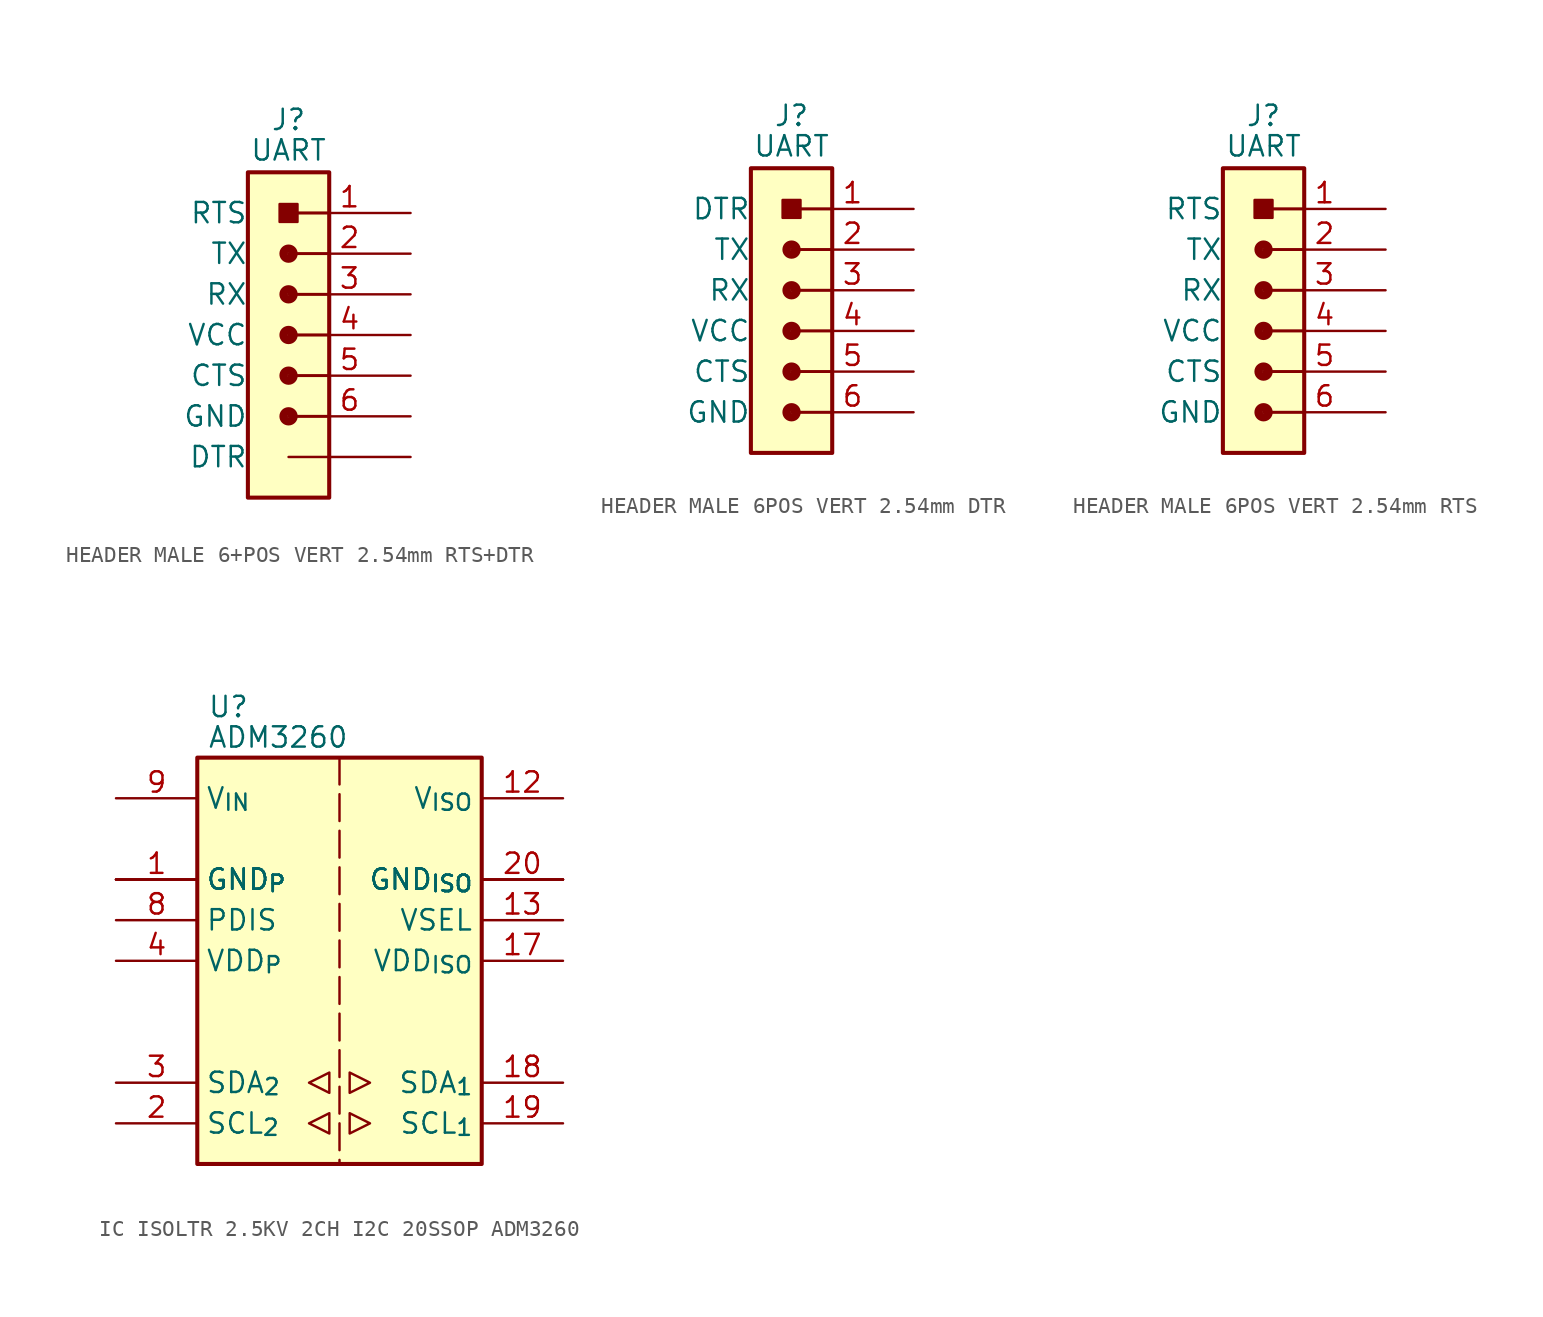
<source format=kicad_sym>
(kicad_symbol_lib
  (version 20241209)
  (generator "kicad_symbol_editor")
  (generator_version "9.0")
  (symbol "HEADER MALE 6+POS VERT 2.54mm RTS+DTR"
    (pin_names
      (offset 2.54))
    (property "Reference" "J"
      (at 0 2.54 0)
      (effects (font (size 1.27 1.27)) (justify bottom)))
    (property "Value" "UART"
      (at 0 0.635 0)
      (effects (font (size 1.27 1.27)) (justify bottom)))
    (symbol "HEADER MALE 6+POS VERT 2.54mm RTS+DTR_1_0"
      (circle (center 0 -5.08) (radius 0.318) (stroke (width 0.508) (type solid)) (fill (type none)))
      (circle (center 0 -7.62) (radius 0.318) (stroke (width 0.508) (type solid)) (fill (type none)))
      (circle (center 0 -10.16) (radius 0.318) (stroke (width 0.508) (type solid)) (fill (type none)))
      (circle (center 0 -12.7) (radius 0.318) (stroke (width 0.508) (type solid)) (fill (type none)))
      (circle (center 0 -15.24) (radius 0.318) (stroke (width 0.508) (type solid)) (fill (type none)))
      (rectangle (start 0.559 -3.099) (end -0.559 -1.981) (stroke (width 0) (type default)) (fill (type outline)))
      (polyline (pts (xy 2.54 -2.54) (xy 0 -2.54)) (stroke (width 0.178) (type solid)) (fill (type none)))
      (polyline (pts (xy 2.54 -5.08) (xy 0 -5.08)) (stroke (width 0.178) (type solid)) (fill (type none)))
      (polyline (pts (xy 2.54 -7.62) (xy 0 -7.62)) (stroke (width 0.178) (type solid)) (fill (type none)))
      (polyline (pts (xy 2.54 -10.16) (xy 0 -10.16)) (stroke (width 0.178) (type solid)) (fill (type none)))
      (polyline (pts (xy 2.54 -12.7) (xy 0 -12.7)) (stroke (width 0.178) (type solid)) (fill (type none)))
      (polyline (pts (xy 2.54 -15.24) (xy 0 -15.24)) (stroke (width 0.178) (type solid)) (fill (type none)))
      (pin output line (at 7.62 -2.54 180) (length 7.62) (name "RTS" (effects (font (size 1.27 1.27)))) (number "1" (effects (font (size 1.27 1.27)))))
      (pin output line (at 7.62 -5.08 180) (length 7.62) (name "TX" (effects (font (size 1.27 1.27)))) (number "2" (effects (font (size 1.27 1.27)))))
      (pin input line (at 7.62 -7.62 180) (length 7.62) (name "RX" (effects (font (size 1.27 1.27)))) (number "3" (effects (font (size 1.27 1.27)))))
      (pin power_in line (at 7.62 -10.16 180) (length 7.62) (name "VCC" (effects (font (size 1.27 1.27)))) (number "4" (effects (font (size 1.27 1.27)))))
      (pin input line (at 7.62 -12.7 180) (length 7.62) (name "CTS" (effects (font (size 1.27 1.27)))) (number "5" (effects (font (size 1.27 1.27)))))
      (pin power_in line (at 7.62 -15.24 180) (length 7.62) (name "GND" (effects (font (size 1.27 1.27)))) (number "6" (effects (font (size 1.27 1.27)))))
      (pin input line (at 7.62 -17.78 180) (length 7.62) (name "DTR" (effects (font (size 1.27 1.27)))) (number "DTR" (effects (font (size 0 0))))))
    (symbol "HEADER MALE 6+POS VERT 2.54mm RTS+DTR_1_1"
      (rectangle (start -2.54 0) (end 2.54 -20.32) (stroke (width 0.254) (type default)) (fill (type background)))))
  (symbol "HEADER MALE 6POS VERT 2.54mm DTR"
    (pin_names
      (offset 2.54))
    (property "Reference" "J"
      (at 0 2.54 0)
      (effects (font (size 1.27 1.27)) (justify bottom)))
    (property "Value" "UART"
      (at 0 0.635 0)
      (effects (font (size 1.27 1.27)) (justify bottom)))
    (symbol "HEADER MALE 6POS VERT 2.54mm DTR_1_0"
      (circle (center 0 -5.08) (radius 0.318) (stroke (width 0.508) (type solid)) (fill (type none)))
      (circle (center 0 -7.62) (radius 0.318) (stroke (width 0.508) (type solid)) (fill (type none)))
      (circle (center 0 -10.16) (radius 0.318) (stroke (width 0.508) (type solid)) (fill (type none)))
      (circle (center 0 -12.7) (radius 0.318) (stroke (width 0.508) (type solid)) (fill (type none)))
      (circle (center 0 -15.24) (radius 0.318) (stroke (width 0.508) (type solid)) (fill (type none)))
      (rectangle (start 0.559 -3.099) (end -0.559 -1.981) (stroke (width 0) (type default)) (fill (type outline)))
      (polyline (pts (xy 2.54 -2.54) (xy 0 -2.54)) (stroke (width 0.178) (type solid)) (fill (type none)))
      (polyline (pts (xy 2.54 -5.08) (xy 0 -5.08)) (stroke (width 0.178) (type solid)) (fill (type none)))
      (polyline (pts (xy 2.54 -7.62) (xy 0 -7.62)) (stroke (width 0.178) (type solid)) (fill (type none)))
      (polyline (pts (xy 2.54 -10.16) (xy 0 -10.16)) (stroke (width 0.178) (type solid)) (fill (type none)))
      (polyline (pts (xy 2.54 -12.7) (xy 0 -12.7)) (stroke (width 0.178) (type solid)) (fill (type none)))
      (polyline (pts (xy 2.54 -15.24) (xy 0 -15.24)) (stroke (width 0.178) (type solid)) (fill (type none)))
      (pin output line (at 7.62 -2.54 180) (length 7.62) (name "DTR" (effects (font (size 1.27 1.27)))) (number "1" (effects (font (size 1.27 1.27)))))
      (pin output line (at 7.62 -5.08 180) (length 7.62) (name "TX" (effects (font (size 1.27 1.27)))) (number "2" (effects (font (size 1.27 1.27)))))
      (pin input line (at 7.62 -7.62 180) (length 7.62) (name "RX" (effects (font (size 1.27 1.27)))) (number "3" (effects (font (size 1.27 1.27)))))
      (pin power_in line (at 7.62 -10.16 180) (length 7.62) (name "VCC" (effects (font (size 1.27 1.27)))) (number "4" (effects (font (size 1.27 1.27)))))
      (pin input line (at 7.62 -12.7 180) (length 7.62) (name "CTS" (effects (font (size 1.27 1.27)))) (number "5" (effects (font (size 1.27 1.27)))))
      (pin power_in line (at 7.62 -15.24 180) (length 7.62) (name "GND" (effects (font (size 1.27 1.27)))) (number "6" (effects (font (size 1.27 1.27))))))
    (symbol "HEADER MALE 6POS VERT 2.54mm DTR_1_1"
      (rectangle (start -2.54 0) (end 2.54 -17.78) (stroke (width 0.254) (type default)) (fill (type background)))))
  (symbol "HEADER MALE 6POS VERT 2.54mm RTS"
    (pin_names
      (offset 2.54))
    (property "Reference" "J"
      (at 0 2.54 0)
      (effects (font (size 1.27 1.27)) (justify bottom)))
    (property "Value" "UART"
      (at 0 0.635 0)
      (effects (font (size 1.27 1.27)) (justify bottom)))
    (symbol "HEADER MALE 6POS VERT 2.54mm RTS_1_0"
      (circle (center 0 -5.08) (radius 0.318) (stroke (width 0.508) (type solid)) (fill (type none)))
      (circle (center 0 -7.62) (radius 0.318) (stroke (width 0.508) (type solid)) (fill (type none)))
      (circle (center 0 -10.16) (radius 0.318) (stroke (width 0.508) (type solid)) (fill (type none)))
      (circle (center 0 -12.7) (radius 0.318) (stroke (width 0.508) (type solid)) (fill (type none)))
      (circle (center 0 -15.24) (radius 0.318) (stroke (width 0.508) (type solid)) (fill (type none)))
      (rectangle (start 0.559 -3.099) (end -0.559 -1.981) (stroke (width 0) (type default)) (fill (type outline)))
      (polyline (pts (xy 2.54 -2.54) (xy 0 -2.54)) (stroke (width 0.178) (type solid)) (fill (type none)))
      (polyline (pts (xy 2.54 -5.08) (xy 0 -5.08)) (stroke (width 0.178) (type solid)) (fill (type none)))
      (polyline (pts (xy 2.54 -7.62) (xy 0 -7.62)) (stroke (width 0.178) (type solid)) (fill (type none)))
      (polyline (pts (xy 2.54 -10.16) (xy 0 -10.16)) (stroke (width 0.178) (type solid)) (fill (type none)))
      (polyline (pts (xy 2.54 -12.7) (xy 0 -12.7)) (stroke (width 0.178) (type solid)) (fill (type none)))
      (polyline (pts (xy 2.54 -15.24) (xy 0 -15.24)) (stroke (width 0.178) (type solid)) (fill (type none)))
      (pin output line (at 7.62 -2.54 180) (length 7.62) (name "RTS" (effects (font (size 1.27 1.27)))) (number "1" (effects (font (size 1.27 1.27)))))
      (pin output line (at 7.62 -5.08 180) (length 7.62) (name "TX" (effects (font (size 1.27 1.27)))) (number "2" (effects (font (size 1.27 1.27)))))
      (pin input line (at 7.62 -7.62 180) (length 7.62) (name "RX" (effects (font (size 1.27 1.27)))) (number "3" (effects (font (size 1.27 1.27)))))
      (pin power_in line (at 7.62 -10.16 180) (length 7.62) (name "VCC" (effects (font (size 1.27 1.27)))) (number "4" (effects (font (size 1.27 1.27)))))
      (pin input line (at 7.62 -12.7 180) (length 7.62) (name "CTS" (effects (font (size 1.27 1.27)))) (number "5" (effects (font (size 1.27 1.27)))))
      (pin power_in line (at 7.62 -15.24 180) (length 7.62) (name "GND" (effects (font (size 1.27 1.27)))) (number "6" (effects (font (size 1.27 1.27))))))
    (symbol "HEADER MALE 6POS VERT 2.54mm RTS_1_1"
      (rectangle (start -2.54 0) (end 2.54 -17.78) (stroke (width 0.254) (type default)) (fill (type background)))))
  (symbol "IC ISOLTR 2.5KV 2CH I2C 20SSOP ADM3260"
    (property "Reference" "U"
      (at 0.635 3.175 0)
      (effects (font (size 1.27 1.27)) (justify left)))
    (property "Value" "ADM3260"
      (at 0.635 1.27 0)
      (effects (font (size 1.27 1.27)) (justify left)))
    (symbol "IC ISOLTR 2.5KV 2CH I2C 20SSOP ADM3260_1_1"
      (unit_name "IO")
      (rectangle (start 0 0) (end 17.78 -25.4) (stroke (width 0.254) (type default)) (fill (type background)))
      (polyline (pts (xy 6.985 -20.32) (xy 8.255 -19.685) (xy 8.255 -20.955) (xy 6.985 -20.32)) (stroke (width 0) (type default)) (fill (type none)))
      (polyline (pts (xy 6.985 -22.86) (xy 8.255 -22.225) (xy 8.255 -23.495) (xy 6.985 -22.86)) (stroke (width 0) (type default)) (fill (type none)))
      (polyline (pts (xy 8.89 0) (xy 8.89 -25.4)) (stroke (width 0) (type dash)) (fill (type none)))
      (polyline (pts (xy 9.525 -19.685) (xy 9.525 -20.955) (xy 10.795 -20.32) (xy 9.525 -19.685)) (stroke (width 0) (type default)) (fill (type none)))
      (polyline (pts (xy 9.525 -22.225) (xy 9.525 -23.495) (xy 10.795 -22.86) (xy 9.525 -22.225)) (stroke (width 0) (type default)) (fill (type none)))
      (pin power_in line (at -5.08 -2.54 0) (length 5.08) (name "V_{IN}" (effects (font (size 1.27 1.27)))) (number "9" (effects (font (size 1.27 1.27)))))
      (pin power_in line (at -5.08 -7.62 0) (length 5.08) (name "GND_{P}" (effects (font (size 1.27 1.27)))) (number "1" (effects (font (size 1.27 1.27)))))
      (pin power_in line (at -5.08 -7.62 0) (length 5.08) (name "GND_{P}" (effects (font (size 1.27 1.27)))) (number "10" (effects (font (size 0 0)))))
      (pin power_in line (at -5.08 -7.62 0) (length 5.08) (name "GND_{P}" (effects (font (size 1.27 1.27)))) (number "5" (effects (font (size 0 0)))))
      (pin power_in line (at -5.08 -7.62 0) (length 5.08) (name "GND_{P}" (effects (font (size 1.27 1.27)))) (number "7" (effects (font (size 0 0)))))
      (pin input line (at -5.08 -10.16 0) (length 5.08) (name "PDIS" (effects (font (size 1.27 1.27)))) (number "8" (effects (font (size 1.27 1.27)))))
      (pin power_in line (at -5.08 -12.7 0) (length 5.08) (name "VDD_{P}" (effects (font (size 1.27 1.27)))) (number "4" (effects (font (size 1.27 1.27)))))
      (pin bidirectional line (at -5.08 -20.32 0) (length 5.08) (name "SDA_{2}" (effects (font (size 1.27 1.27)))) (number "3" (effects (font (size 1.27 1.27)))))
      (pin bidirectional line (at -5.08 -22.86 0) (length 5.08) (name "SCL_{2}" (effects (font (size 1.27 1.27)))) (number "2" (effects (font (size 1.27 1.27)))))
      (pin power_out line (at 22.86 -2.54 180) (length 5.08) (name "V_{ISO}" (effects (font (size 1.27 1.27)))) (number "12" (effects (font (size 1.27 1.27)))))
      (pin power_out line (at 22.86 -7.62 180) (length 5.08) (name "GND_{ISO}" (effects (font (size 1.27 1.27)))) (number "11" (effects (font (size 0 0)))))
      (pin power_out line (at 22.86 -7.62 180) (length 5.08) (name "GND_{ISO}" (effects (font (size 1.27 1.27)))) (number "14" (effects (font (size 0 0)))))
      (pin power_out line (at 22.86 -7.62 180) (length 5.08) (name "GND_{ISO}" (effects (font (size 1.27 1.27)))) (number "16" (effects (font (size 0 0)))))
      (pin power_out line (at 22.86 -7.62 180) (length 5.08) (name "GND_{ISO}" (effects (font (size 1.27 1.27)))) (number "20" (effects (font (size 1.27 1.27)))))
      (pin input line (at 22.86 -10.16 180) (length 5.08) (name "VSEL" (effects (font (size 1.27 1.27)))) (number "13" (effects (font (size 1.27 1.27)))))
      (pin power_out line (at 22.86 -12.7 180) (length 5.08) (name "VDD_{ISO}" (effects (font (size 1.27 1.27)))) (number "17" (effects (font (size 1.27 1.27)))))
      (pin bidirectional line (at 22.86 -20.32 180) (length 5.08) (name "SDA_{1}" (effects (font (size 1.27 1.27)))) (number "18" (effects (font (size 1.27 1.27)))))
      (pin bidirectional line (at 22.86 -22.86 180) (length 5.08) (name "SCL_{1}" (effects (font (size 1.27 1.27)))) (number "19" (effects (font (size 1.27 1.27))))))))
</source>
